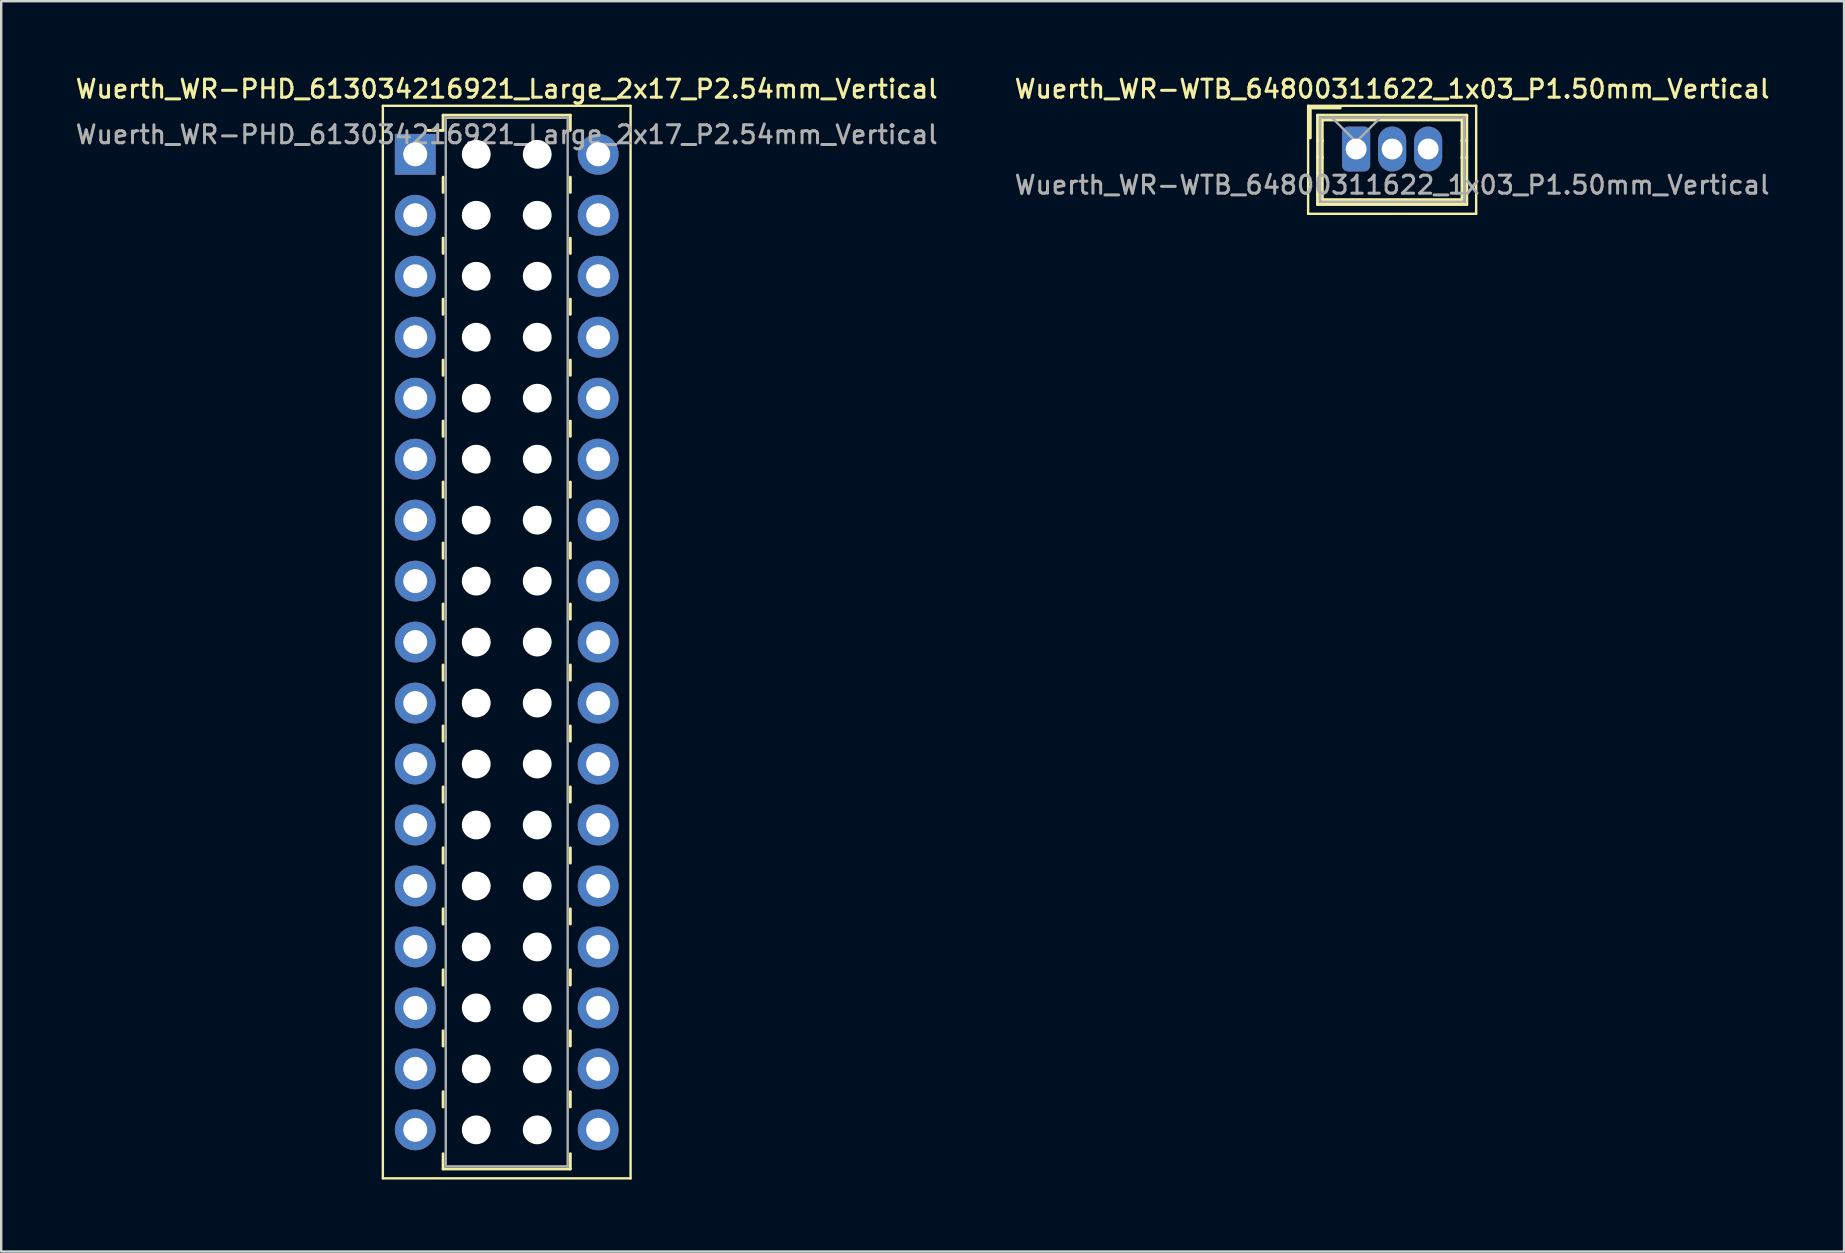
<source format=kicad_pcb>
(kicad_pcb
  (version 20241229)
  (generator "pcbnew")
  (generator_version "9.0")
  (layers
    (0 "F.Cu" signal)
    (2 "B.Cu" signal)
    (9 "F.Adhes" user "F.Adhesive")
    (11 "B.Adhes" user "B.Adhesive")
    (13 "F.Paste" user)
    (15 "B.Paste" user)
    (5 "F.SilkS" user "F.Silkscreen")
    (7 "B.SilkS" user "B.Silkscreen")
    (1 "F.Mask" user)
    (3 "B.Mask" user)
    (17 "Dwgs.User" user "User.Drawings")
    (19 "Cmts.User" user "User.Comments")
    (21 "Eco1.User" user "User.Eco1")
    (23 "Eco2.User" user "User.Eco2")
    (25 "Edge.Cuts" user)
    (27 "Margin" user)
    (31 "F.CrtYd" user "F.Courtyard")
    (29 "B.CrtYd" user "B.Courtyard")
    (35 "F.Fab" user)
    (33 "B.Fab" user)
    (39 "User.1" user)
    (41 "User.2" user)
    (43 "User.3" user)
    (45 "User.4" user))
  (footprint "Wuerth_WR-PHD_613034216921_Large_2x17_P2.54mm_Vertical"
    (layer "F.Cu")
    (at 14.249 3.378)
    (property "Reference" "Wuerth_WR-PHD_613034216921_Large_2x17_P2.54mm_Vertical" (at 3.81 -2.72 0) (layer "F.SilkS") (effects (font (size 0.75 0.75) (thickness 0.125))))
    (attr through_hole)
    (fp_line (start -1.35 -2.02) (end -1.35 42.66) (stroke (width 0.1) (type solid)) (layer "F.SilkS"))
    (fp_line (start -1.35 42.66) (end 8.97 42.66) (stroke (width 0.1) (type solid)) (layer "F.SilkS"))
    (fp_line (start 1.16 -1.63) (end 1.16 -0.995) (stroke (width 0.12) (type solid)) (layer "F.SilkS"))
    (fp_line (start 1.16 -1.63) (end 6.46 -1.63) (stroke (width 0.12) (type solid)) (layer "F.SilkS"))
    (fp_line (start 1.16 -0.995) (end 0.525 -0.995) (stroke (width 0.12) (type solid)) (layer "F.SilkS"))
    (fp_line (start 1.16 0.953) (end 1.16 1.587) (stroke (width 0.12) (type solid)) (layer "F.SilkS"))
    (fp_line (start 1.16 3.493) (end 1.16 4.128) (stroke (width 0.12) (type solid)) (layer "F.SilkS"))
    (fp_line (start 1.16 6.032) (end 1.16 6.668) (stroke (width 0.12) (type solid)) (layer "F.SilkS"))
    (fp_line (start 1.16 8.572) (end 1.16 9.207) (stroke (width 0.12) (type solid)) (layer "F.SilkS"))
    (fp_line (start 1.16 11.113) (end 1.16 11.748) (stroke (width 0.12) (type solid)) (layer "F.SilkS"))
    (fp_line (start 1.16 13.652) (end 1.16 14.287) (stroke (width 0.12) (type solid)) (layer "F.SilkS"))
    (fp_line (start 1.16 16.192) (end 1.16 16.828) (stroke (width 0.12) (type solid)) (layer "F.SilkS"))
    (fp_line (start 1.16 18.733) (end 1.16 19.367) (stroke (width 0.12) (type solid)) (layer "F.SilkS"))
    (fp_line (start 1.16 21.273) (end 1.16 21.907) (stroke (width 0.12) (type solid)) (layer "F.SilkS"))
    (fp_line (start 1.16 23.812) (end 1.16 24.448) (stroke (width 0.12) (type solid)) (layer "F.SilkS"))
    (fp_line (start 1.16 26.352) (end 1.16 26.988) (stroke (width 0.12) (type solid)) (layer "F.SilkS"))
    (fp_line (start 1.16 28.892) (end 1.16 29.527) (stroke (width 0.12) (type solid)) (layer "F.SilkS"))
    (fp_line (start 1.16 31.433) (end 1.16 32.068) (stroke (width 0.12) (type solid)) (layer "F.SilkS"))
    (fp_line (start 1.16 33.972) (end 1.16 34.608) (stroke (width 0.12) (type solid)) (layer "F.SilkS"))
    (fp_line (start 1.16 36.513) (end 1.16 37.148) (stroke (width 0.12) (type solid)) (layer "F.SilkS"))
    (fp_line (start 1.16 39.053) (end 1.16 39.688) (stroke (width 0.12) (type solid)) (layer "F.SilkS"))
    (fp_line (start 1.16 42.27) (end 1.16 41.635) (stroke (width 0.12) (type solid)) (layer "F.SilkS"))
    (fp_line (start 1.16 42.27) (end 6.46 42.27) (stroke (width 0.12) (type solid)) (layer "F.SilkS"))
    (fp_line (start 6.46 -1.63) (end 6.46 -0.995) (stroke (width 0.12) (type solid)) (layer "F.SilkS"))
    (fp_line (start 6.46 0.953) (end 6.46 1.587) (stroke (width 0.12) (type solid)) (layer "F.SilkS"))
    (fp_line (start 6.46 3.493) (end 6.46 4.128) (stroke (width 0.12) (type solid)) (layer "F.SilkS"))
    (fp_line (start 6.46 6.032) (end 6.46 6.668) (stroke (width 0.12) (type solid)) (layer "F.SilkS"))
    (fp_line (start 6.46 8.572) (end 6.46 9.207) (stroke (width 0.12) (type solid)) (layer "F.SilkS"))
    (fp_line (start 6.46 11.113) (end 6.46 11.748) (stroke (width 0.12) (type solid)) (layer "F.SilkS"))
    (fp_line (start 6.46 13.652) (end 6.46 14.287) (stroke (width 0.12) (type solid)) (layer "F.SilkS"))
    (fp_line (start 6.46 16.192) (end 6.46 16.828) (stroke (width 0.12) (type solid)) (layer "F.SilkS"))
    (fp_line (start 6.46 18.733) (end 6.46 19.367) (stroke (width 0.12) (type solid)) (layer "F.SilkS"))
    (fp_line (start 6.46 21.273) (end 6.46 21.907) (stroke (width 0.12) (type solid)) (layer "F.SilkS"))
    (fp_line (start 6.46 23.812) (end 6.46 24.448) (stroke (width 0.12) (type solid)) (layer "F.SilkS"))
    (fp_line (start 6.46 26.352) (end 6.46 26.988) (stroke (width 0.12) (type solid)) (layer "F.SilkS"))
    (fp_line (start 6.46 28.892) (end 6.46 29.527) (stroke (width 0.12) (type solid)) (layer "F.SilkS"))
    (fp_line (start 6.46 31.433) (end 6.46 32.068) (stroke (width 0.12) (type solid)) (layer "F.SilkS"))
    (fp_line (start 6.46 33.972) (end 6.46 34.608) (stroke (width 0.12) (type solid)) (layer "F.SilkS"))
    (fp_line (start 6.46 36.513) (end 6.46 37.148) (stroke (width 0.12) (type solid)) (layer "F.SilkS"))
    (fp_line (start 6.46 39.053) (end 6.46 39.688) (stroke (width 0.12) (type solid)) (layer "F.SilkS"))
    (fp_line (start 6.46 42.27) (end 6.46 41.635) (stroke (width 0.12) (type solid)) (layer "F.SilkS"))
    (fp_line (start 8.97 -2.02) (end -1.35 -2.02) (stroke (width 0.1) (type solid)) (layer "F.SilkS"))
    (fp_line (start 8.97 42.66) (end 8.97 -2.02) (stroke (width 0.1) (type solid)) (layer "F.SilkS"))
    (fp_line (start 1.27 -1.52) (end 1.27 42.16) (stroke (width 0.1) (type solid)) (layer "F.Fab"))
    (fp_line (start 1.27 42.16) (end 6.35 42.16) (stroke (width 0.1) (type solid)) (layer "F.Fab"))
    (fp_line (start 6.35 -1.52) (end 1.27 -1.52) (stroke (width 0.1) (type solid)) (layer "F.Fab"))
    (fp_line (start 6.35 42.16) (end 6.35 -1.52) (stroke (width 0.1) (type solid)) (layer "F.Fab"))
    (fp_text user "${REFERENCE}" (at 3.81 -0.82 0) (layer "F.Fab") (effects (font (size 0.75 0.75) (thickness 0.125))))
    (pad "" np_thru_hole circle (at 2.54 0) (size 1.2 1.2) (drill 1.2) (layers "*.Cu" "*.Mask"))
    (pad "" np_thru_hole circle (at 2.54 2.54) (size 1.2 1.2) (drill 1.2) (layers "*.Cu" "*.Mask"))
    (pad "" np_thru_hole circle (at 2.54 5.08) (size 1.2 1.2) (drill 1.2) (layers "*.Cu" "*.Mask"))
    (pad "" np_thru_hole circle (at 2.54 7.62) (size 1.2 1.2) (drill 1.2) (layers "*.Cu" "*.Mask"))
    (pad "" np_thru_hole circle (at 2.54 10.16) (size 1.2 1.2) (drill 1.2) (layers "*.Cu" "*.Mask"))
    (pad "" np_thru_hole circle (at 2.54 12.7) (size 1.2 1.2) (drill 1.2) (layers "*.Cu" "*.Mask"))
    (pad "" np_thru_hole circle (at 2.54 15.24) (size 1.2 1.2) (drill 1.2) (layers "*.Cu" "*.Mask"))
    (pad "" np_thru_hole circle (at 2.54 17.78) (size 1.2 1.2) (drill 1.2) (layers "*.Cu" "*.Mask"))
    (pad "" np_thru_hole circle (at 2.54 20.32) (size 1.2 1.2) (drill 1.2) (layers "*.Cu" "*.Mask"))
    (pad "" np_thru_hole circle (at 2.54 22.86) (size 1.2 1.2) (drill 1.2) (layers "*.Cu" "*.Mask"))
    (pad "" np_thru_hole circle (at 2.54 25.4) (size 1.2 1.2) (drill 1.2) (layers "*.Cu" "*.Mask"))
    (pad "" np_thru_hole circle (at 2.54 27.94) (size 1.2 1.2) (drill 1.2) (layers "*.Cu" "*.Mask"))
    (pad "" np_thru_hole circle (at 2.54 30.48) (size 1.2 1.2) (drill 1.2) (layers "*.Cu" "*.Mask"))
    (pad "" np_thru_hole circle (at 2.54 33.02) (size 1.2 1.2) (drill 1.2) (layers "*.Cu" "*.Mask"))
    (pad "" np_thru_hole circle (at 2.54 35.56) (size 1.2 1.2) (drill 1.2) (layers "*.Cu" "*.Mask"))
    (pad "" np_thru_hole circle (at 2.54 38.1) (size 1.2 1.2) (drill 1.2) (layers "*.Cu" "*.Mask"))
    (pad "" np_thru_hole circle (at 2.54 40.64) (size 1.2 1.2) (drill 1.2) (layers "*.Cu" "*.Mask"))
    (pad "" np_thru_hole circle (at 5.08 0) (size 1.2 1.2) (drill 1.2) (layers "*.Cu" "*.Mask"))
    (pad "" np_thru_hole circle (at 5.08 2.54) (size 1.2 1.2) (drill 1.2) (layers "*.Cu" "*.Mask"))
    (pad "" np_thru_hole circle (at 5.08 5.08) (size 1.2 1.2) (drill 1.2) (layers "*.Cu" "*.Mask"))
    (pad "" np_thru_hole circle (at 5.08 7.62) (size 1.2 1.2) (drill 1.2) (layers "*.Cu" "*.Mask"))
    (pad "" np_thru_hole circle (at 5.08 10.16) (size 1.2 1.2) (drill 1.2) (layers "*.Cu" "*.Mask"))
    (pad "" np_thru_hole circle (at 5.08 12.7) (size 1.2 1.2) (drill 1.2) (layers "*.Cu" "*.Mask"))
    (pad "" np_thru_hole circle (at 5.08 15.24) (size 1.2 1.2) (drill 1.2) (layers "*.Cu" "*.Mask"))
    (pad "" np_thru_hole circle (at 5.08 17.78) (size 1.2 1.2) (drill 1.2) (layers "*.Cu" "*.Mask"))
    (pad "" np_thru_hole circle (at 5.08 20.32) (size 1.2 1.2) (drill 1.2) (layers "*.Cu" "*.Mask"))
    (pad "" np_thru_hole circle (at 5.08 22.86) (size 1.2 1.2) (drill 1.2) (layers "*.Cu" "*.Mask"))
    (pad "" np_thru_hole circle (at 5.08 25.4) (size 1.2 1.2) (drill 1.2) (layers "*.Cu" "*.Mask"))
    (pad "" np_thru_hole circle (at 5.08 27.94) (size 1.2 1.2) (drill 1.2) (layers "*.Cu" "*.Mask"))
    (pad "" np_thru_hole circle (at 5.08 30.48) (size 1.2 1.2) (drill 1.2) (layers "*.Cu" "*.Mask"))
    (pad "" np_thru_hole circle (at 5.08 33.02) (size 1.2 1.2) (drill 1.2) (layers "*.Cu" "*.Mask"))
    (pad "" np_thru_hole circle (at 5.08 35.56) (size 1.2 1.2) (drill 1.2) (layers "*.Cu" "*.Mask"))
    (pad "" np_thru_hole circle (at 5.08 38.1) (size 1.2 1.2) (drill 1.2) (layers "*.Cu" "*.Mask"))
    (pad "" np_thru_hole circle (at 5.08 40.64) (size 1.2 1.2) (drill 1.2) (layers "*.Cu" "*.Mask"))
    (pad "1" thru_hole rect (at 0 0) (size 1.7 1.7) (drill 1) (layers "*.Cu" "*.Mask"))
    (pad "2" thru_hole circle (at 7.62 0) (size 1.7 1.7) (drill 1) (layers "*.Cu" "*.Mask"))
    (pad "3" thru_hole circle (at 0 2.54) (size 1.7 1.7) (drill 1) (layers "*.Cu" "*.Mask"))
    (pad "4" thru_hole circle (at 7.62 2.54) (size 1.7 1.7) (drill 1) (layers "*.Cu" "*.Mask"))
    (pad "5" thru_hole circle (at 0 5.08) (size 1.7 1.7) (drill 1) (layers "*.Cu" "*.Mask"))
    (pad "6" thru_hole circle (at 7.62 5.08) (size 1.7 1.7) (drill 1) (layers "*.Cu" "*.Mask"))
    (pad "7" thru_hole circle (at 0 7.62) (size 1.7 1.7) (drill 1) (layers "*.Cu" "*.Mask"))
    (pad "8" thru_hole circle (at 7.62 7.62) (size 1.7 1.7) (drill 1) (layers "*.Cu" "*.Mask"))
    (pad "9" thru_hole circle (at 0 10.16) (size 1.7 1.7) (drill 1) (layers "*.Cu" "*.Mask"))
    (pad "10" thru_hole circle (at 7.62 10.16) (size 1.7 1.7) (drill 1) (layers "*.Cu" "*.Mask"))
    (pad "11" thru_hole circle (at 0 12.7) (size 1.7 1.7) (drill 1) (layers "*.Cu" "*.Mask"))
    (pad "12" thru_hole circle (at 7.62 12.7) (size 1.7 1.7) (drill 1) (layers "*.Cu" "*.Mask"))
    (pad "13" thru_hole circle (at 0 15.24) (size 1.7 1.7) (drill 1) (layers "*.Cu" "*.Mask"))
    (pad "14" thru_hole circle (at 7.62 15.24) (size 1.7 1.7) (drill 1) (layers "*.Cu" "*.Mask"))
    (pad "15" thru_hole circle (at 0 17.78) (size 1.7 1.7) (drill 1) (layers "*.Cu" "*.Mask"))
    (pad "16" thru_hole circle (at 7.62 17.78) (size 1.7 1.7) (drill 1) (layers "*.Cu" "*.Mask"))
    (pad "17" thru_hole circle (at 0 20.32) (size 1.7 1.7) (drill 1) (layers "*.Cu" "*.Mask"))
    (pad "18" thru_hole circle (at 7.62 20.32) (size 1.7 1.7) (drill 1) (layers "*.Cu" "*.Mask"))
    (pad "19" thru_hole circle (at 0 22.86) (size 1.7 1.7) (drill 1) (layers "*.Cu" "*.Mask"))
    (pad "20" thru_hole circle (at 7.62 22.86) (size 1.7 1.7) (drill 1) (layers "*.Cu" "*.Mask"))
    (pad "21" thru_hole circle (at 0 25.4) (size 1.7 1.7) (drill 1) (layers "*.Cu" "*.Mask"))
    (pad "22" thru_hole circle (at 7.62 25.4) (size 1.7 1.7) (drill 1) (layers "*.Cu" "*.Mask"))
    (pad "23" thru_hole circle (at 0 27.94) (size 1.7 1.7) (drill 1) (layers "*.Cu" "*.Mask"))
    (pad "24" thru_hole circle (at 7.62 27.94) (size 1.7 1.7) (drill 1) (layers "*.Cu" "*.Mask"))
    (pad "25" thru_hole circle (at 0 30.48) (size 1.7 1.7) (drill 1) (layers "*.Cu" "*.Mask"))
    (pad "26" thru_hole circle (at 7.62 30.48) (size 1.7 1.7) (drill 1) (layers "*.Cu" "*.Mask"))
    (pad "27" thru_hole circle (at 0 33.02) (size 1.7 1.7) (drill 1) (layers "*.Cu" "*.Mask"))
    (pad "28" thru_hole circle (at 7.62 33.02) (size 1.7 1.7) (drill 1) (layers "*.Cu" "*.Mask"))
    (pad "29" thru_hole circle (at 0 35.56) (size 1.7 1.7) (drill 1) (layers "*.Cu" "*.Mask"))
    (pad "30" thru_hole circle (at 7.62 35.56) (size 1.7 1.7) (drill 1) (layers "*.Cu" "*.Mask"))
    (pad "31" thru_hole circle (at 0 38.1) (size 1.7 1.7) (drill 1) (layers "*.Cu" "*.Mask"))
    (pad "32" thru_hole circle (at 7.62 38.1) (size 1.7 1.7) (drill 1) (layers "*.Cu" "*.Mask"))
    (pad "33" thru_hole circle (at 0 40.64) (size 1.7 1.7) (drill 1) (layers "*.Cu" "*.Mask"))
    (pad "34" thru_hole circle (at 7.62 40.64) (size 1.7 1.7) (drill 1) (layers "*.Cu" "*.Mask")))
  (footprint "Wuerth_WR-WTB_64800311622_1x03_P1.50mm_Vertical"
    (layer "F.Cu")
    (at 53.445 3.158)
    (property "Reference" "Wuerth_WR-WTB_64800311622_1x03_P1.50mm_Vertical" (at 1.5 -2.5 0) (layer "F.SilkS") (effects (font (size 0.75 0.75) (thickness 0.125))))
    (attr through_hole)
    (fp_line (start -2 -1.8) (end -2 2.7) (stroke (width 0.1) (type solid)) (layer "F.SilkS"))
    (fp_line (start -2 2.7) (end 5 2.7) (stroke (width 0.1) (type solid)) (layer "F.SilkS"))
    (fp_line (start -1.91 -1.71) (end -1.91 -0.46) (stroke (width 0.12) (type solid)) (layer "F.SilkS"))
    (fp_line (start -1.61 -1.41) (end -1.61 2.31) (stroke (width 0.12) (type solid)) (layer "F.SilkS"))
    (fp_line (start -1.61 -0.35) (end -1.41 -0.35) (stroke (width 0.12) (type solid)) (layer "F.SilkS"))
    (fp_line (start -1.61 2.31) (end 4.61 2.31) (stroke (width 0.12) (type solid)) (layer "F.SilkS"))
    (fp_line (start -1.41 -1.21) (end 4.41 -1.21) (stroke (width 0.12) (type solid)) (layer "F.SilkS"))
    (fp_line (start -1.41 -0.35) (end -1.41 -1.21) (stroke (width 0.12) (type solid)) (layer "F.SilkS"))
    (fp_line (start -1.41 -0.35) (end -1.41 0.35) (stroke (width 0.12) (type solid)) (layer "F.SilkS"))
    (fp_line (start -1.41 0.35) (end -1.61 0.35) (stroke (width 0.12) (type solid)) (layer "F.SilkS"))
    (fp_line (start -1.41 0.35) (end -1.41 2.11) (stroke (width 0.12) (type solid)) (layer "F.SilkS"))
    (fp_line (start -1.41 2.11) (end 4.41 2.11) (stroke (width 0.12) (type solid)) (layer "F.SilkS"))
    (fp_line (start -0.66 -1.71) (end -1.91 -1.71) (stroke (width 0.12) (type solid)) (layer "F.SilkS"))
    (fp_line (start 4.41 -1.21) (end 4.41 -0.35) (stroke (width 0.12) (type solid)) (layer "F.SilkS"))
    (fp_line (start 4.41 -0.35) (end 4.41 0.35) (stroke (width 0.12) (type solid)) (layer "F.SilkS"))
    (fp_line (start 4.41 -0.35) (end 4.61 -0.35) (stroke (width 0.12) (type solid)) (layer "F.SilkS"))
    (fp_line (start 4.41 0.35) (end 4.61 0.35) (stroke (width 0.12) (type solid)) (layer "F.SilkS"))
    (fp_line (start 4.41 2.11) (end 4.41 0.35) (stroke (width 0.12) (type solid)) (layer "F.SilkS"))
    (fp_line (start 4.61 -1.41) (end -1.61 -1.41) (stroke (width 0.12) (type solid)) (layer "F.SilkS"))
    (fp_line (start 4.61 2.31) (end 4.61 -1.41) (stroke (width 0.12) (type solid)) (layer "F.SilkS"))
    (fp_line (start 5 -1.8) (end -2 -1.8) (stroke (width 0.1) (type solid)) (layer "F.SilkS"))
    (fp_line (start 5 2.7) (end 5 -1.8) (stroke (width 0.1) (type solid)) (layer "F.SilkS"))
    (fp_line (start -1.5 -1.3) (end -1.5 2.2) (stroke (width 0.1) (type solid)) (layer "F.Fab"))
    (fp_line (start -1.5 2.2) (end 4.5 2.2) (stroke (width 0.1) (type solid)) (layer "F.Fab"))
    (fp_line (start -1 -1.3) (end 0 -0.3) (stroke (width 0.1) (type solid)) (layer "F.Fab"))
    (fp_line (start 0 -0.3) (end 1 -1.3) (stroke (width 0.1) (type solid)) (layer "F.Fab"))
    (fp_line (start 4.5 -1.3) (end -1.5 -1.3) (stroke (width 0.1) (type solid)) (layer "F.Fab"))
    (fp_line (start 4.5 2.2) (end 4.5 -1.3) (stroke (width 0.1) (type solid)) (layer "F.Fab"))
    (fp_text user "${REFERENCE}" (at 1.5 1.5 0) (layer "F.Fab") (effects (font (size 0.75 0.75) (thickness 0.125))))
    (pad "1" thru_hole roundrect (at 0 0) (size 1.17 1.87) (drill 0.87) (layers "*.Cu" "*.Mask") (roundrect_rratio 0.214))
    (pad "2" thru_hole oval (at 1.5 0) (size 1.17 1.87) (drill 0.87) (layers "*.Cu" "*.Mask"))
    (pad "3" thru_hole oval (at 3 0) (size 1.17 1.87) (drill 0.87) (layers "*.Cu" "*.Mask")))
  (gr_rect
    (start -3 -3)
    (end 73.771 49.088)
    (stroke (width 0.1) (type default))
    (fill no)
    (layer "Edge.Cuts")))
</source>
